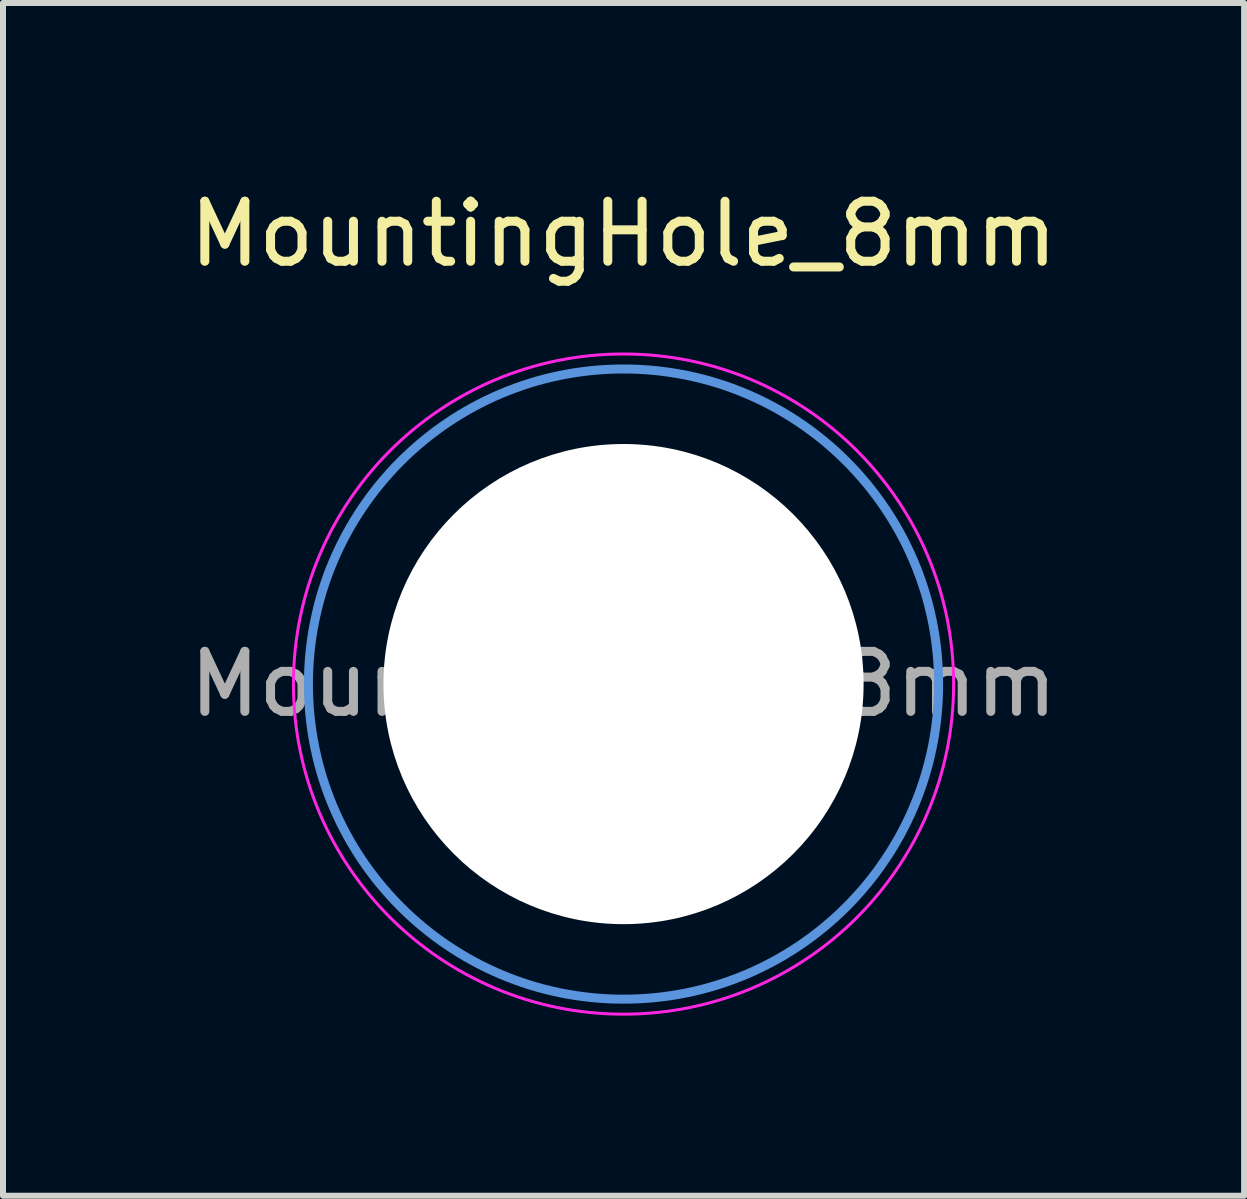
<source format=kicad_pcb>
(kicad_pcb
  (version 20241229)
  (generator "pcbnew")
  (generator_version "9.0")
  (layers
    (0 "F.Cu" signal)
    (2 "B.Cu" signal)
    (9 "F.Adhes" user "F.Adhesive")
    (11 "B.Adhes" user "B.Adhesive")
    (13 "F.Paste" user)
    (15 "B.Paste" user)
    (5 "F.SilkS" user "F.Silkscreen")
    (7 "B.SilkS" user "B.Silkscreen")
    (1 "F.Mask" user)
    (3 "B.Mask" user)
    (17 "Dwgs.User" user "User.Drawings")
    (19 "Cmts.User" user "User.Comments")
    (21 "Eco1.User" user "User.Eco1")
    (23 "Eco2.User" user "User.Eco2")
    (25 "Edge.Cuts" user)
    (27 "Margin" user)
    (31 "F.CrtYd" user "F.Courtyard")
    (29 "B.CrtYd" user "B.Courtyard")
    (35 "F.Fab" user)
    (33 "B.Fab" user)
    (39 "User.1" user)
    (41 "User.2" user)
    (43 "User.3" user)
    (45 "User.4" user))
  (footprint "MountingHole_8mm"
    (layer "F.Cu")
    (at 7.339 8.348)
    (property "Reference" "MountingHole_8mm" (at 0 -7.5 0) (layer "F.SilkS") (effects (font (size 1 1) (thickness 0.15))))
    (attr exclude_from_pos_files exclude_from_bom)
    (fp_circle (center 0 0) (end 5.25 0) (stroke (width 0.15) (type solid)) (fill no) (layer "Cmts.User"))
    (fp_circle (center 0 0) (end 5.5 0) (stroke (width 0.05) (type solid)) (fill no) (layer "F.CrtYd"))
    (fp_text user "${REFERENCE}" (at 0 0 0) (layer "F.Fab") (effects (font (size 1 1) (thickness 0.15))))
    (pad "" np_thru_hole circle (at 0 0) (size 8 8) (drill 8) (layers "*.Cu" "*.Mask")))
  (gr_rect
    (start -3 -3)
    (end 17.679 16.873)
    (stroke (width 0.1) (type default))
    (fill no)
    (layer "Edge.Cuts")))
</source>
